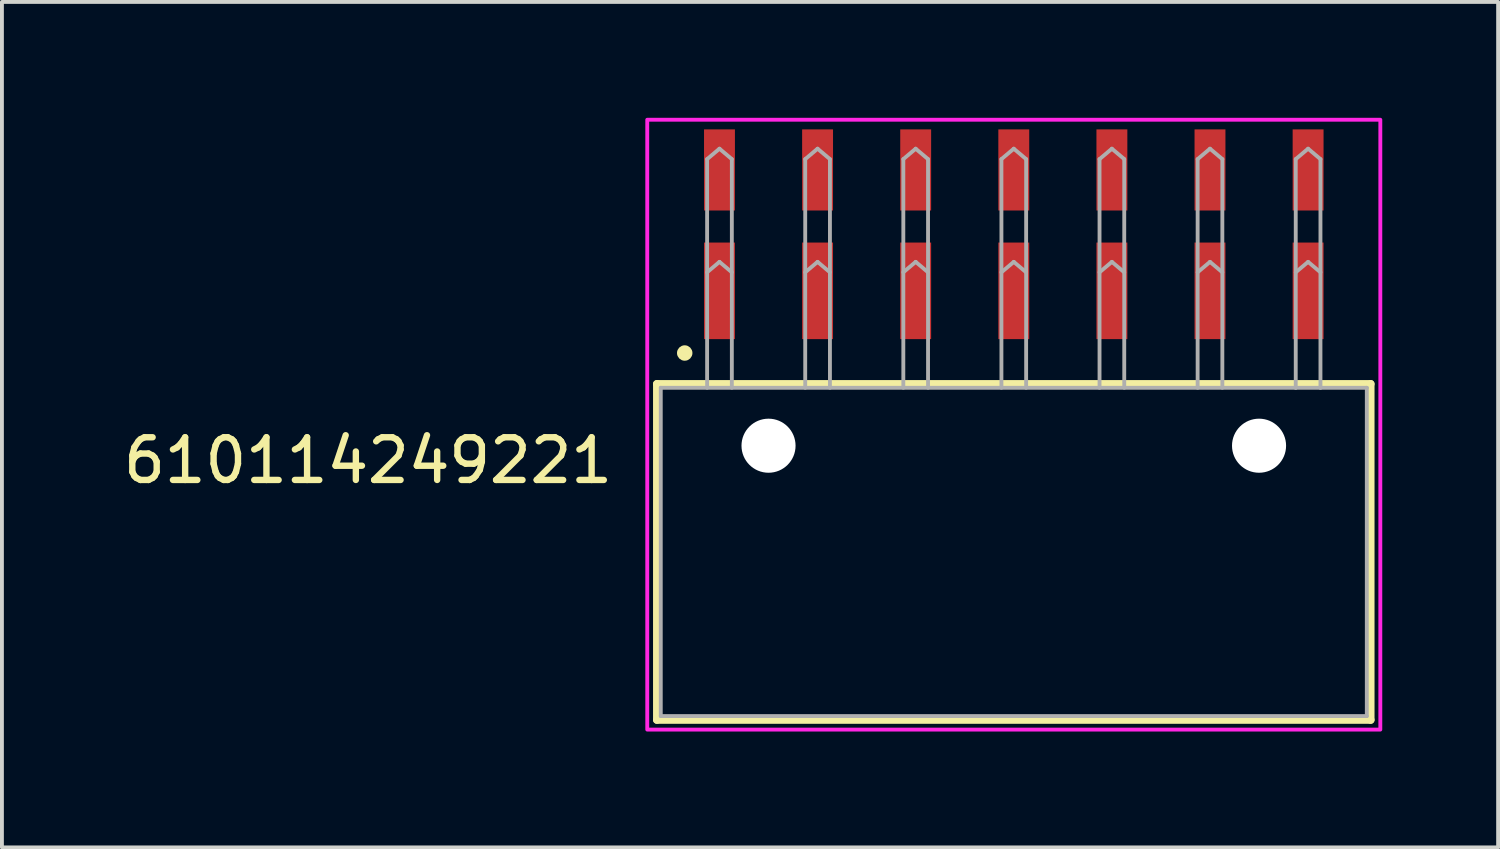
<source format=kicad_pcb>
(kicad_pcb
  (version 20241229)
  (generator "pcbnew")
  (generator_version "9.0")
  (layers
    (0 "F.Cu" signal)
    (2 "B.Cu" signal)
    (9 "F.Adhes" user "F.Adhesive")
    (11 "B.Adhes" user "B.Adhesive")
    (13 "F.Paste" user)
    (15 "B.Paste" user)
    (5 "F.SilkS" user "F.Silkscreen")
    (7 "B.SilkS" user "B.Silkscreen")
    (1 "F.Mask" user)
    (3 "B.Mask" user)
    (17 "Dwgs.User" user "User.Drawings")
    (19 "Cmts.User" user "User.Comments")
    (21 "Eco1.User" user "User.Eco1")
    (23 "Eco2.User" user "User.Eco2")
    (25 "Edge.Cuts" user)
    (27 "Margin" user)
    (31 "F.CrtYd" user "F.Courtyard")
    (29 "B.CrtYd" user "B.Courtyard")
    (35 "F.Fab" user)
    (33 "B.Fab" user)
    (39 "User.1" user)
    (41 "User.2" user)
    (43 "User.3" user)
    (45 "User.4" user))
  (footprint "610114249221"
    (layer "F.Cu")
    (at 23.198 11.24)
    (property "Reference" "610114249221" (at -10.296 -1.72 0) (unlocked yes) (layer "F.SilkS") (effects (font (size 1.105 1.105) (thickness 0.165)) (justify right bottom)))
    (fp_line (start -9.24 -4.35) (end 9.24 -4.35) (stroke (width 0.2) (type solid)) (layer "F.SilkS"))
    (fp_line (start -9.24 4.35) (end -9.24 -4.35) (stroke (width 0.2) (type solid)) (layer "F.SilkS"))
    (fp_line (start 9.24 -4.35) (end 9.24 4.35) (stroke (width 0.2) (type solid)) (layer "F.SilkS"))
    (fp_line (start 9.24 4.35) (end -9.24 4.35) (stroke (width 0.2) (type solid)) (layer "F.SilkS"))
    (fp_circle (center -8.52 -5.15) (end -8.42 -5.15) (stroke (width 0.2) (type solid)) (fill no) (layer "F.SilkS"))
    (fp_poly (pts (xy 9.49 4.6) (xy -9.49 4.6) (xy -9.49 -11.19) (xy 9.49 -11.19)) (stroke (width 0.1) (type default)) (fill no) (layer "F.CrtYd"))
    (fp_line (start -9.14 -4.25) (end -9.14 4.25) (stroke (width 0.1) (type solid)) (layer "F.Fab"))
    (fp_line (start -7.94 -10.17) (end -7.94 -4.25) (stroke (width 0.1) (type solid)) (layer "F.Fab"))
    (fp_line (start -7.94 -10.17) (end -7.62 -10.44) (stroke (width 0.1) (type solid)) (layer "F.Fab"))
    (fp_line (start -7.94 -7.24) (end -7.62 -7.51) (stroke (width 0.1) (type solid)) (layer "F.Fab"))
    (fp_line (start -7.62 -10.44) (end -7.3 -10.17) (stroke (width 0.1) (type solid)) (layer "F.Fab"))
    (fp_line (start -7.62 -7.51) (end -7.3 -7.24) (stroke (width 0.1) (type solid)) (layer "F.Fab"))
    (fp_line (start -7.3 -10.17) (end -7.3 -4.25) (stroke (width 0.1) (type solid)) (layer "F.Fab"))
    (fp_line (start -5.4 -10.17) (end -5.4 -4.25) (stroke (width 0.1) (type solid)) (layer "F.Fab"))
    (fp_line (start -5.4 -10.17) (end -5.08 -10.44) (stroke (width 0.1) (type solid)) (layer "F.Fab"))
    (fp_line (start -5.4 -7.24) (end -5.08 -7.51) (stroke (width 0.1) (type solid)) (layer "F.Fab"))
    (fp_line (start -5.08 -10.44) (end -4.76 -10.17) (stroke (width 0.1) (type solid)) (layer "F.Fab"))
    (fp_line (start -5.08 -7.51) (end -4.76 -7.24) (stroke (width 0.1) (type solid)) (layer "F.Fab"))
    (fp_line (start -4.76 -10.17) (end -4.76 -4.25) (stroke (width 0.1) (type solid)) (layer "F.Fab"))
    (fp_line (start -2.86 -10.17) (end -2.86 -4.25) (stroke (width 0.1) (type solid)) (layer "F.Fab"))
    (fp_line (start -2.86 -10.17) (end -2.54 -10.44) (stroke (width 0.1) (type solid)) (layer "F.Fab"))
    (fp_line (start -2.86 -7.24) (end -2.54 -7.51) (stroke (width 0.1) (type solid)) (layer "F.Fab"))
    (fp_line (start -2.54 -10.44) (end -2.22 -10.17) (stroke (width 0.1) (type solid)) (layer "F.Fab"))
    (fp_line (start -2.54 -7.51) (end -2.22 -7.24) (stroke (width 0.1) (type solid)) (layer "F.Fab"))
    (fp_line (start -2.22 -10.17) (end -2.22 -4.25) (stroke (width 0.1) (type solid)) (layer "F.Fab"))
    (fp_line (start -0.32 -10.17) (end -0.32 -4.25) (stroke (width 0.1) (type solid)) (layer "F.Fab"))
    (fp_line (start -0.32 -10.17) (end 0 -10.44) (stroke (width 0.1) (type solid)) (layer "F.Fab"))
    (fp_line (start -0.32 -7.24) (end 0 -7.51) (stroke (width 0.1) (type solid)) (layer "F.Fab"))
    (fp_line (start 0 -10.44) (end 0.32 -10.17) (stroke (width 0.1) (type solid)) (layer "F.Fab"))
    (fp_line (start 0 -7.51) (end 0.32 -7.24) (stroke (width 0.1) (type solid)) (layer "F.Fab"))
    (fp_line (start 0.32 -10.17) (end 0.32 -4.25) (stroke (width 0.1) (type solid)) (layer "F.Fab"))
    (fp_line (start 2.22 -10.17) (end 2.22 -4.25) (stroke (width 0.1) (type solid)) (layer "F.Fab"))
    (fp_line (start 2.22 -10.17) (end 2.54 -10.44) (stroke (width 0.1) (type solid)) (layer "F.Fab"))
    (fp_line (start 2.22 -7.24) (end 2.54 -7.51) (stroke (width 0.1) (type solid)) (layer "F.Fab"))
    (fp_line (start 2.54 -10.44) (end 2.86 -10.17) (stroke (width 0.1) (type solid)) (layer "F.Fab"))
    (fp_line (start 2.54 -7.51) (end 2.86 -7.24) (stroke (width 0.1) (type solid)) (layer "F.Fab"))
    (fp_line (start 2.86 -10.17) (end 2.86 -4.25) (stroke (width 0.1) (type solid)) (layer "F.Fab"))
    (fp_line (start 4.76 -10.17) (end 4.76 -4.25) (stroke (width 0.1) (type solid)) (layer "F.Fab"))
    (fp_line (start 4.76 -10.17) (end 5.08 -10.44) (stroke (width 0.1) (type solid)) (layer "F.Fab"))
    (fp_line (start 4.76 -7.24) (end 5.08 -7.51) (stroke (width 0.1) (type solid)) (layer "F.Fab"))
    (fp_line (start 5.08 -10.44) (end 5.4 -10.17) (stroke (width 0.1) (type solid)) (layer "F.Fab"))
    (fp_line (start 5.08 -7.51) (end 5.4 -7.24) (stroke (width 0.1) (type solid)) (layer "F.Fab"))
    (fp_line (start 5.4 -10.17) (end 5.4 -4.25) (stroke (width 0.1) (type solid)) (layer "F.Fab"))
    (fp_line (start 7.3 -10.17) (end 7.3 -4.25) (stroke (width 0.1) (type solid)) (layer "F.Fab"))
    (fp_line (start 7.3 -10.17) (end 7.62 -10.44) (stroke (width 0.1) (type solid)) (layer "F.Fab"))
    (fp_line (start 7.3 -7.24) (end 7.62 -7.51) (stroke (width 0.1) (type solid)) (layer "F.Fab"))
    (fp_line (start 7.3 -4.25) (end -9.14 -4.25) (stroke (width 0.1) (type solid)) (layer "F.Fab"))
    (fp_line (start 7.62 -10.44) (end 7.94 -10.17) (stroke (width 0.1) (type solid)) (layer "F.Fab"))
    (fp_line (start 7.62 -7.51) (end 7.94 -7.24) (stroke (width 0.1) (type solid)) (layer "F.Fab"))
    (fp_line (start 7.94 -10.17) (end 7.94 -4.25) (stroke (width 0.1) (type solid)) (layer "F.Fab"))
    (fp_line (start 7.94 -4.25) (end 7.3 -4.25) (stroke (width 0.1) (type solid)) (layer "F.Fab"))
    (fp_line (start 9.14 -4.25) (end 7.94 -4.25) (stroke (width 0.1) (type solid)) (layer "F.Fab"))
    (fp_line (start 9.14 -4.25) (end 9.14 4.25) (stroke (width 0.1) (type solid)) (layer "F.Fab"))
    (fp_line (start 9.14 4.25) (end -9.14 4.25) (stroke (width 0.1) (type solid)) (layer "F.Fab"))
    (pad "" np_thru_hole circle (at -6.35 -2.75) (size 1.4 1.4) (drill 1.4) (layers "*.Cu" "*.Mask"))
    (pad "" np_thru_hole circle (at 6.35 -2.75) (size 1.4 1.4) (drill 1.4) (layers "*.Cu" "*.Mask"))
    (pad "1" smd rect (at -7.62 -6.76 180) (size 0.8 2.5) (layers "F.Cu" "F.Mask" "F.Paste"))
    (pad "2" smd rect (at -7.62 -9.89 180) (size 0.8 2.1) (layers "F.Cu" "F.Mask" "F.Paste"))
    (pad "3" smd rect (at -5.08 -6.76 180) (size 0.8 2.5) (layers "F.Cu" "F.Mask" "F.Paste"))
    (pad "4" smd rect (at -5.08 -9.89 180) (size 0.8 2.1) (layers "F.Cu" "F.Mask" "F.Paste"))
    (pad "5" smd rect (at -2.54 -6.76 180) (size 0.8 2.5) (layers "F.Cu" "F.Mask" "F.Paste"))
    (pad "6" smd rect (at -2.54 -9.89 180) (size 0.8 2.1) (layers "F.Cu" "F.Mask" "F.Paste"))
    (pad "7" smd rect (at 0 -6.76 180) (size 0.8 2.5) (layers "F.Cu" "F.Mask" "F.Paste"))
    (pad "8" smd rect (at 0 -9.89 180) (size 0.8 2.1) (layers "F.Cu" "F.Mask" "F.Paste"))
    (pad "9" smd rect (at 2.54 -6.76 180) (size 0.8 2.5) (layers "F.Cu" "F.Mask" "F.Paste"))
    (pad "10" smd rect (at 2.54 -9.89 180) (size 0.8 2.1) (layers "F.Cu" "F.Mask" "F.Paste"))
    (pad "11" smd rect (at 5.08 -6.76 180) (size 0.8 2.5) (layers "F.Cu" "F.Mask" "F.Paste"))
    (pad "12" smd rect (at 5.08 -9.89 180) (size 0.8 2.1) (layers "F.Cu" "F.Mask" "F.Paste"))
    (pad "13" smd rect (at 7.62 -6.76 180) (size 0.8 2.5) (layers "F.Cu" "F.Mask" "F.Paste"))
    (pad "14" smd rect (at 7.62 -9.89 180) (size 0.8 2.1) (layers "F.Cu" "F.Mask" "F.Paste")))
  (gr_rect
    (start -3 -3)
    (end 35.738 18.89)
    (stroke (width 0.1) (type default))
    (fill no)
    (layer "Edge.Cuts")))
</source>
